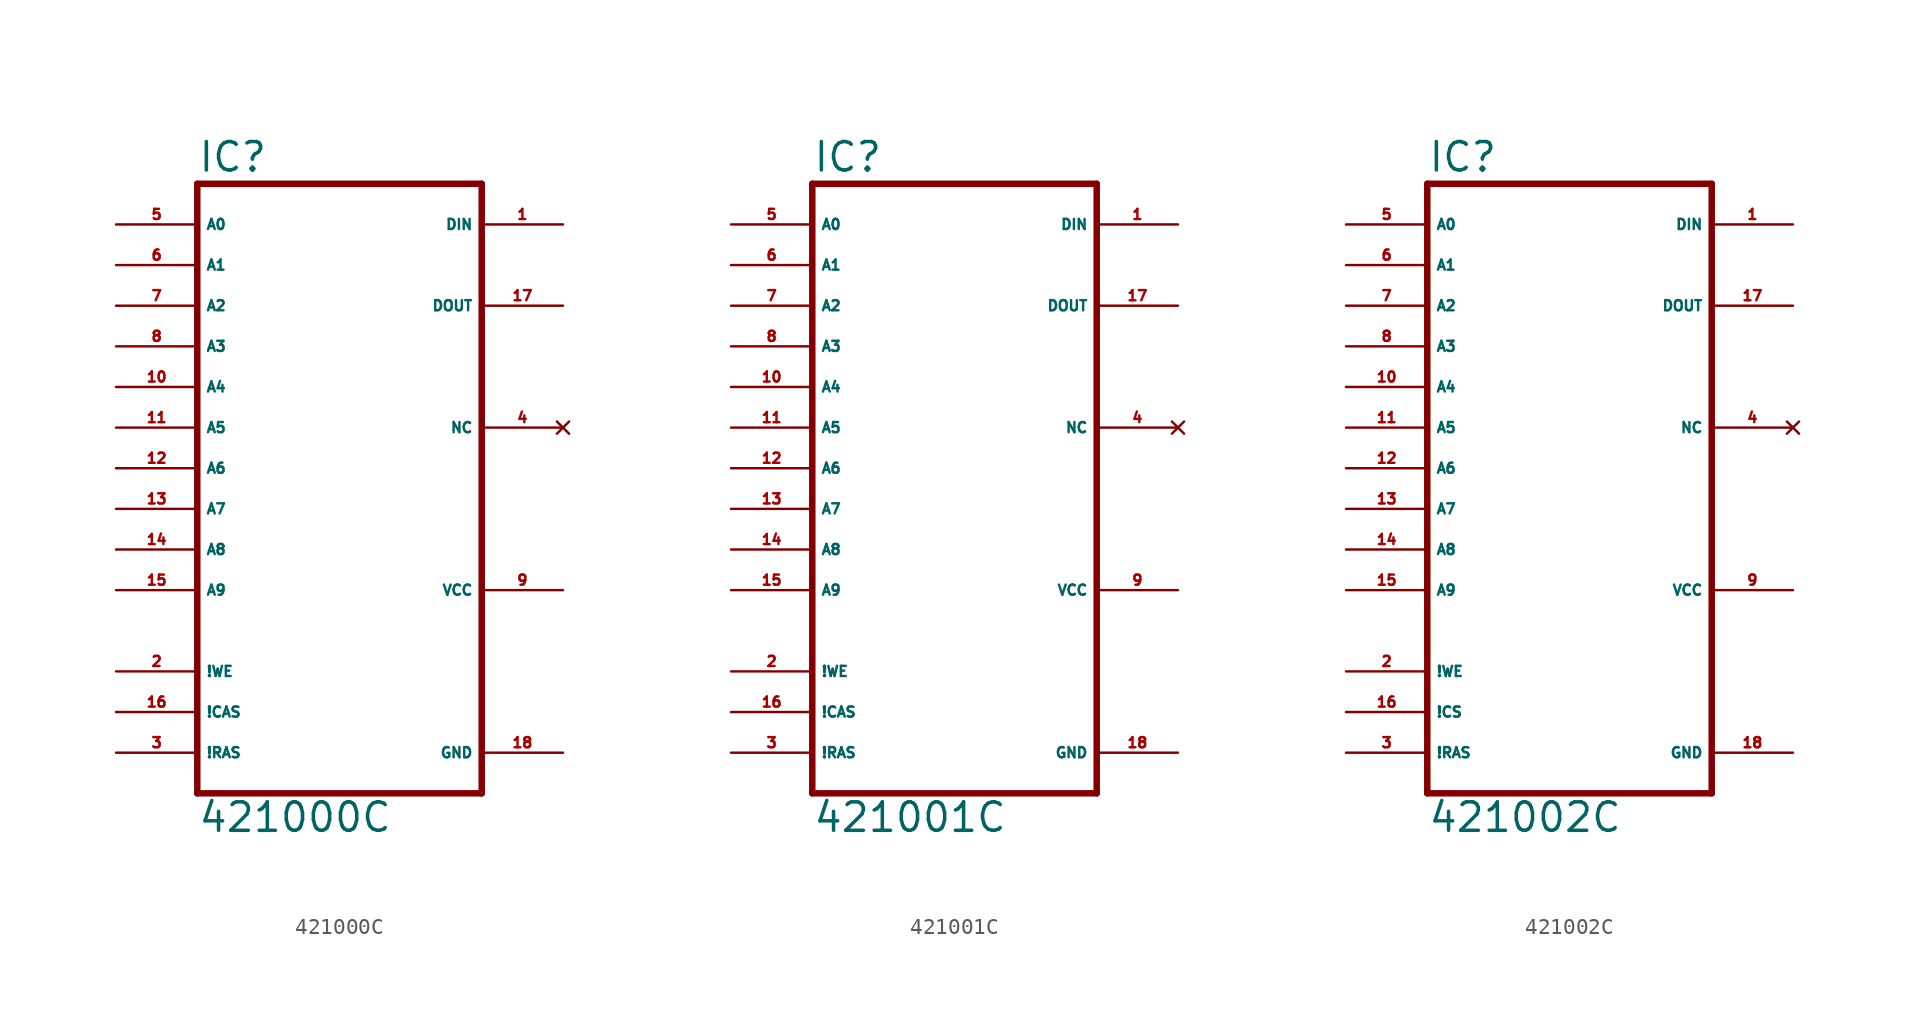
<source format=kicad_sym>
(kicad_symbol_lib
  (version 20220914)
  (generator Eagle2Kicad)
  (symbol "421000C"
    (property "Reference" "IC"
      (at -10.16 13.335 0)
      (effects (font (size 1.778 1.778) (thickness 0.22)) (justify left bottom)))
    (property "Value" "421000C"
      (at -10.16 -27.94 0)
      (effects (font (size 1.778 1.778) (thickness 0.22)) (justify left bottom)))
    (polyline
      (pts (xy -10.16 -25.4) (xy 7.62 -25.4))
      (stroke (width 0.406) (type default))
      (fill (type none)))
    (polyline
      (pts (xy 7.62 12.7) (xy 7.62 -25.4))
      (stroke (width 0.406) (type default))
      (fill (type none)))
    (polyline
      (pts (xy 7.62 12.7) (xy -10.16 12.7))
      (stroke (width 0.406) (type default))
      (fill (type none)))
    (polyline
      (pts (xy -10.16 -25.4) (xy -10.16 12.7))
      (stroke (width 0.406) (type default))
      (fill (type none)))
    (pin input line
      (at -15.24 10.16 0)
      (length 5.08)
      (name "A0" (effects (font (size 0.635 0.635) (thickness 0.08)) (justify left bottom)))
      (number "5" (effects (font (size 0.635 0.635) (thickness 0.08)) (justify left bottom))))
    (pin input line
      (at -15.24 7.62 0)
      (length 5.08)
      (name "A1" (effects (font (size 0.635 0.635) (thickness 0.08)) (justify left bottom)))
      (number "6" (effects (font (size 0.635 0.635) (thickness 0.08)) (justify left bottom))))
    (pin input line
      (at -15.24 5.08 0)
      (length 5.08)
      (name "A2" (effects (font (size 0.635 0.635) (thickness 0.08)) (justify left bottom)))
      (number "7" (effects (font (size 0.635 0.635) (thickness 0.08)) (justify left bottom))))
    (pin input line
      (at -15.24 2.54 0)
      (length 5.08)
      (name "A3" (effects (font (size 0.635 0.635) (thickness 0.08)) (justify left bottom)))
      (number "8" (effects (font (size 0.635 0.635) (thickness 0.08)) (justify left bottom))))
    (pin input line
      (at -15.24 0 0)
      (length 5.08)
      (name "A4" (effects (font (size 0.635 0.635) (thickness 0.08)) (justify left bottom)))
      (number "10" (effects (font (size 0.635 0.635) (thickness 0.08)) (justify left bottom))))
    (pin input line
      (at -15.24 -2.54 0)
      (length 5.08)
      (name "A5" (effects (font (size 0.635 0.635) (thickness 0.08)) (justify left bottom)))
      (number "11" (effects (font (size 0.635 0.635) (thickness 0.08)) (justify left bottom))))
    (pin input line
      (at -15.24 -5.08 0)
      (length 5.08)
      (name "A6" (effects (font (size 0.635 0.635) (thickness 0.08)) (justify left bottom)))
      (number "12" (effects (font (size 0.635 0.635) (thickness 0.08)) (justify left bottom))))
    (pin input line
      (at -15.24 -7.62 0)
      (length 5.08)
      (name "A7" (effects (font (size 0.635 0.635) (thickness 0.08)) (justify left bottom)))
      (number "13" (effects (font (size 0.635 0.635) (thickness 0.08)) (justify left bottom))))
    (pin input line
      (at -15.24 -10.16 0)
      (length 5.08)
      (name "A8" (effects (font (size 0.635 0.635) (thickness 0.08)) (justify left bottom)))
      (number "14" (effects (font (size 0.635 0.635) (thickness 0.08)) (justify left bottom))))
    (pin input line
      (at -15.24 -12.7 0)
      (length 5.08)
      (name "A9" (effects (font (size 0.635 0.635) (thickness 0.08)) (justify left bottom)))
      (number "15" (effects (font (size 0.635 0.635) (thickness 0.08)) (justify left bottom))))
    (pin no_connect line
      (at 12.7 -2.54 180)
      (length 5.08)
      (name "NC" (effects (font (size 0.635 0.635) (thickness 0.08)) (justify left bottom) hide))
      (number "4" (effects (font (size 0.635 0.635) (thickness 0.08)) (justify left bottom) hide)))
    (pin input line
      (at -15.24 -22.86 0)
      (length 5.08)
      (name "!RAS" (effects (font (size 0.635 0.635) (thickness 0.08)) (justify left bottom)))
      (number "3" (effects (font (size 0.635 0.635) (thickness 0.08)) (justify left bottom))))
    (pin input line
      (at -15.24 -20.32 0)
      (length 5.08)
      (name "!CAS" (effects (font (size 0.635 0.635) (thickness 0.08)) (justify left bottom)))
      (number "16" (effects (font (size 0.635 0.635) (thickness 0.08)) (justify left bottom))))
    (pin input line
      (at -15.24 -17.78 0)
      (length 5.08)
      (name "!WE" (effects (font (size 0.635 0.635) (thickness 0.08)) (justify left bottom)))
      (number "2" (effects (font (size 0.635 0.635) (thickness 0.08)) (justify left bottom))))
    (pin tri_state line
      (at 12.7 5.08 180)
      (length 5.08)
      (name "DOUT" (effects (font (size 0.635 0.635) (thickness 0.08)) (justify left bottom)))
      (number "17" (effects (font (size 0.635 0.635) (thickness 0.08)) (justify left bottom))))
    (pin input line
      (at 12.7 10.16 180)
      (length 5.08)
      (name "DIN" (effects (font (size 0.635 0.635) (thickness 0.08)) (justify left bottom)))
      (number "1" (effects (font (size 0.635 0.635) (thickness 0.08)) (justify left bottom))))
    (pin unspecified line
      (at 12.7 -22.86 180)
      (length 5.08)
      (name "GND" (effects (font (size 0.635 0.635) (thickness 0.08)) (justify left bottom)))
      (number "18" (effects (font (size 0.635 0.635) (thickness 0.08)) (justify left bottom))))
    (pin unspecified line
      (at 12.7 -12.7 180)
      (length 5.08)
      (name "VCC" (effects (font (size 0.635 0.635) (thickness 0.08)) (justify left bottom)))
      (number "9" (effects (font (size 0.635 0.635) (thickness 0.08)) (justify left bottom)))))
  (symbol "421001C"
    (property "Reference" "IC"
      (at -7.62 15.875 0)
      (effects (font (size 1.778 1.778) (thickness 0.22)) (justify left bottom)))
    (property "Value" "421001C"
      (at -7.62 -25.4 0)
      (effects (font (size 1.778 1.778) (thickness 0.22)) (justify left bottom)))
    (polyline
      (pts (xy -7.62 -22.86) (xy 10.16 -22.86))
      (stroke (width 0.406) (type default))
      (fill (type none)))
    (polyline
      (pts (xy 10.16 15.24) (xy 10.16 -22.86))
      (stroke (width 0.406) (type default))
      (fill (type none)))
    (polyline
      (pts (xy 10.16 15.24) (xy -7.62 15.24))
      (stroke (width 0.406) (type default))
      (fill (type none)))
    (polyline
      (pts (xy -7.62 -22.86) (xy -7.62 15.24))
      (stroke (width 0.406) (type default))
      (fill (type none)))
    (pin input line
      (at -12.7 12.7 0)
      (length 5.08)
      (name "A0" (effects (font (size 0.635 0.635) (thickness 0.08)) (justify left bottom)))
      (number "5" (effects (font (size 0.635 0.635) (thickness 0.08)) (justify left bottom))))
    (pin input line
      (at -12.7 10.16 0)
      (length 5.08)
      (name "A1" (effects (font (size 0.635 0.635) (thickness 0.08)) (justify left bottom)))
      (number "6" (effects (font (size 0.635 0.635) (thickness 0.08)) (justify left bottom))))
    (pin input line
      (at -12.7 7.62 0)
      (length 5.08)
      (name "A2" (effects (font (size 0.635 0.635) (thickness 0.08)) (justify left bottom)))
      (number "7" (effects (font (size 0.635 0.635) (thickness 0.08)) (justify left bottom))))
    (pin input line
      (at -12.7 5.08 0)
      (length 5.08)
      (name "A3" (effects (font (size 0.635 0.635) (thickness 0.08)) (justify left bottom)))
      (number "8" (effects (font (size 0.635 0.635) (thickness 0.08)) (justify left bottom))))
    (pin input line
      (at -12.7 2.54 0)
      (length 5.08)
      (name "A4" (effects (font (size 0.635 0.635) (thickness 0.08)) (justify left bottom)))
      (number "10" (effects (font (size 0.635 0.635) (thickness 0.08)) (justify left bottom))))
    (pin input line
      (at -12.7 0 0)
      (length 5.08)
      (name "A5" (effects (font (size 0.635 0.635) (thickness 0.08)) (justify left bottom)))
      (number "11" (effects (font (size 0.635 0.635) (thickness 0.08)) (justify left bottom))))
    (pin input line
      (at -12.7 -2.54 0)
      (length 5.08)
      (name "A6" (effects (font (size 0.635 0.635) (thickness 0.08)) (justify left bottom)))
      (number "12" (effects (font (size 0.635 0.635) (thickness 0.08)) (justify left bottom))))
    (pin input line
      (at -12.7 -5.08 0)
      (length 5.08)
      (name "A7" (effects (font (size 0.635 0.635) (thickness 0.08)) (justify left bottom)))
      (number "13" (effects (font (size 0.635 0.635) (thickness 0.08)) (justify left bottom))))
    (pin input line
      (at -12.7 -7.62 0)
      (length 5.08)
      (name "A8" (effects (font (size 0.635 0.635) (thickness 0.08)) (justify left bottom)))
      (number "14" (effects (font (size 0.635 0.635) (thickness 0.08)) (justify left bottom))))
    (pin input line
      (at -12.7 -10.16 0)
      (length 5.08)
      (name "A9" (effects (font (size 0.635 0.635) (thickness 0.08)) (justify left bottom)))
      (number "15" (effects (font (size 0.635 0.635) (thickness 0.08)) (justify left bottom))))
    (pin no_connect line
      (at 15.24 0 180)
      (length 5.08)
      (name "NC" (effects (font (size 0.635 0.635) (thickness 0.08)) (justify left bottom) hide))
      (number "4" (effects (font (size 0.635 0.635) (thickness 0.08)) (justify left bottom) hide)))
    (pin input line
      (at -12.7 -20.32 0)
      (length 5.08)
      (name "!RAS" (effects (font (size 0.635 0.635) (thickness 0.08)) (justify left bottom)))
      (number "3" (effects (font (size 0.635 0.635) (thickness 0.08)) (justify left bottom))))
    (pin input line
      (at -12.7 -17.78 0)
      (length 5.08)
      (name "!CAS" (effects (font (size 0.635 0.635) (thickness 0.08)) (justify left bottom)))
      (number "16" (effects (font (size 0.635 0.635) (thickness 0.08)) (justify left bottom))))
    (pin input line
      (at -12.7 -15.24 0)
      (length 5.08)
      (name "!WE" (effects (font (size 0.635 0.635) (thickness 0.08)) (justify left bottom)))
      (number "2" (effects (font (size 0.635 0.635) (thickness 0.08)) (justify left bottom))))
    (pin tri_state line
      (at 15.24 7.62 180)
      (length 5.08)
      (name "DOUT" (effects (font (size 0.635 0.635) (thickness 0.08)) (justify left bottom)))
      (number "17" (effects (font (size 0.635 0.635) (thickness 0.08)) (justify left bottom))))
    (pin input line
      (at 15.24 12.7 180)
      (length 5.08)
      (name "DIN" (effects (font (size 0.635 0.635) (thickness 0.08)) (justify left bottom)))
      (number "1" (effects (font (size 0.635 0.635) (thickness 0.08)) (justify left bottom))))
    (pin unspecified line
      (at 15.24 -20.32 180)
      (length 5.08)
      (name "GND" (effects (font (size 0.635 0.635) (thickness 0.08)) (justify left bottom)))
      (number "18" (effects (font (size 0.635 0.635) (thickness 0.08)) (justify left bottom))))
    (pin unspecified line
      (at 15.24 -10.16 180)
      (length 5.08)
      (name "VCC" (effects (font (size 0.635 0.635) (thickness 0.08)) (justify left bottom)))
      (number "9" (effects (font (size 0.635 0.635) (thickness 0.08)) (justify left bottom)))))
  (symbol "421002C"
    (property "Reference" "IC"
      (at -7.62 13.335 0)
      (effects (font (size 1.778 1.778) (thickness 0.22)) (justify left bottom)))
    (property "Value" "421002C"
      (at -7.62 -27.94 0)
      (effects (font (size 1.778 1.778) (thickness 0.22)) (justify left bottom)))
    (polyline
      (pts (xy -7.62 -25.4) (xy 10.16 -25.4))
      (stroke (width 0.406) (type default))
      (fill (type none)))
    (polyline
      (pts (xy 10.16 12.7) (xy 10.16 -25.4))
      (stroke (width 0.406) (type default))
      (fill (type none)))
    (polyline
      (pts (xy 10.16 12.7) (xy -7.62 12.7))
      (stroke (width 0.406) (type default))
      (fill (type none)))
    (polyline
      (pts (xy -7.62 -25.4) (xy -7.62 12.7))
      (stroke (width 0.406) (type default))
      (fill (type none)))
    (pin input line
      (at -12.7 10.16 0)
      (length 5.08)
      (name "A0" (effects (font (size 0.635 0.635) (thickness 0.08)) (justify left bottom)))
      (number "5" (effects (font (size 0.635 0.635) (thickness 0.08)) (justify left bottom))))
    (pin input line
      (at -12.7 7.62 0)
      (length 5.08)
      (name "A1" (effects (font (size 0.635 0.635) (thickness 0.08)) (justify left bottom)))
      (number "6" (effects (font (size 0.635 0.635) (thickness 0.08)) (justify left bottom))))
    (pin input line
      (at -12.7 5.08 0)
      (length 5.08)
      (name "A2" (effects (font (size 0.635 0.635) (thickness 0.08)) (justify left bottom)))
      (number "7" (effects (font (size 0.635 0.635) (thickness 0.08)) (justify left bottom))))
    (pin input line
      (at -12.7 2.54 0)
      (length 5.08)
      (name "A3" (effects (font (size 0.635 0.635) (thickness 0.08)) (justify left bottom)))
      (number "8" (effects (font (size 0.635 0.635) (thickness 0.08)) (justify left bottom))))
    (pin input line
      (at -12.7 0 0)
      (length 5.08)
      (name "A4" (effects (font (size 0.635 0.635) (thickness 0.08)) (justify left bottom)))
      (number "10" (effects (font (size 0.635 0.635) (thickness 0.08)) (justify left bottom))))
    (pin input line
      (at -12.7 -2.54 0)
      (length 5.08)
      (name "A5" (effects (font (size 0.635 0.635) (thickness 0.08)) (justify left bottom)))
      (number "11" (effects (font (size 0.635 0.635) (thickness 0.08)) (justify left bottom))))
    (pin input line
      (at -12.7 -5.08 0)
      (length 5.08)
      (name "A6" (effects (font (size 0.635 0.635) (thickness 0.08)) (justify left bottom)))
      (number "12" (effects (font (size 0.635 0.635) (thickness 0.08)) (justify left bottom))))
    (pin input line
      (at -12.7 -7.62 0)
      (length 5.08)
      (name "A7" (effects (font (size 0.635 0.635) (thickness 0.08)) (justify left bottom)))
      (number "13" (effects (font (size 0.635 0.635) (thickness 0.08)) (justify left bottom))))
    (pin input line
      (at -12.7 -10.16 0)
      (length 5.08)
      (name "A8" (effects (font (size 0.635 0.635) (thickness 0.08)) (justify left bottom)))
      (number "14" (effects (font (size 0.635 0.635) (thickness 0.08)) (justify left bottom))))
    (pin input line
      (at -12.7 -12.7 0)
      (length 5.08)
      (name "A9" (effects (font (size 0.635 0.635) (thickness 0.08)) (justify left bottom)))
      (number "15" (effects (font (size 0.635 0.635) (thickness 0.08)) (justify left bottom))))
    (pin no_connect line
      (at 15.24 -2.54 180)
      (length 5.08)
      (name "NC" (effects (font (size 0.635 0.635) (thickness 0.08)) (justify left bottom) hide))
      (number "4" (effects (font (size 0.635 0.635) (thickness 0.08)) (justify left bottom) hide)))
    (pin input line
      (at -12.7 -22.86 0)
      (length 5.08)
      (name "!RAS" (effects (font (size 0.635 0.635) (thickness 0.08)) (justify left bottom)))
      (number "3" (effects (font (size 0.635 0.635) (thickness 0.08)) (justify left bottom))))
    (pin input line
      (at -12.7 -20.32 0)
      (length 5.08)
      (name "!CS" (effects (font (size 0.635 0.635) (thickness 0.08)) (justify left bottom)))
      (number "16" (effects (font (size 0.635 0.635) (thickness 0.08)) (justify left bottom))))
    (pin input line
      (at -12.7 -17.78 0)
      (length 5.08)
      (name "!WE" (effects (font (size 0.635 0.635) (thickness 0.08)) (justify left bottom)))
      (number "2" (effects (font (size 0.635 0.635) (thickness 0.08)) (justify left bottom))))
    (pin tri_state line
      (at 15.24 5.08 180)
      (length 5.08)
      (name "DOUT" (effects (font (size 0.635 0.635) (thickness 0.08)) (justify left bottom)))
      (number "17" (effects (font (size 0.635 0.635) (thickness 0.08)) (justify left bottom))))
    (pin input line
      (at 15.24 10.16 180)
      (length 5.08)
      (name "DIN" (effects (font (size 0.635 0.635) (thickness 0.08)) (justify left bottom)))
      (number "1" (effects (font (size 0.635 0.635) (thickness 0.08)) (justify left bottom))))
    (pin unspecified line
      (at 15.24 -22.86 180)
      (length 5.08)
      (name "GND" (effects (font (size 0.635 0.635) (thickness 0.08)) (justify left bottom)))
      (number "18" (effects (font (size 0.635 0.635) (thickness 0.08)) (justify left bottom))))
    (pin unspecified line
      (at 15.24 -12.7 180)
      (length 5.08)
      (name "VCC" (effects (font (size 0.635 0.635) (thickness 0.08)) (justify left bottom)))
      (number "9" (effects (font (size 0.635 0.635) (thickness 0.08)) (justify left bottom))))))
</source>
